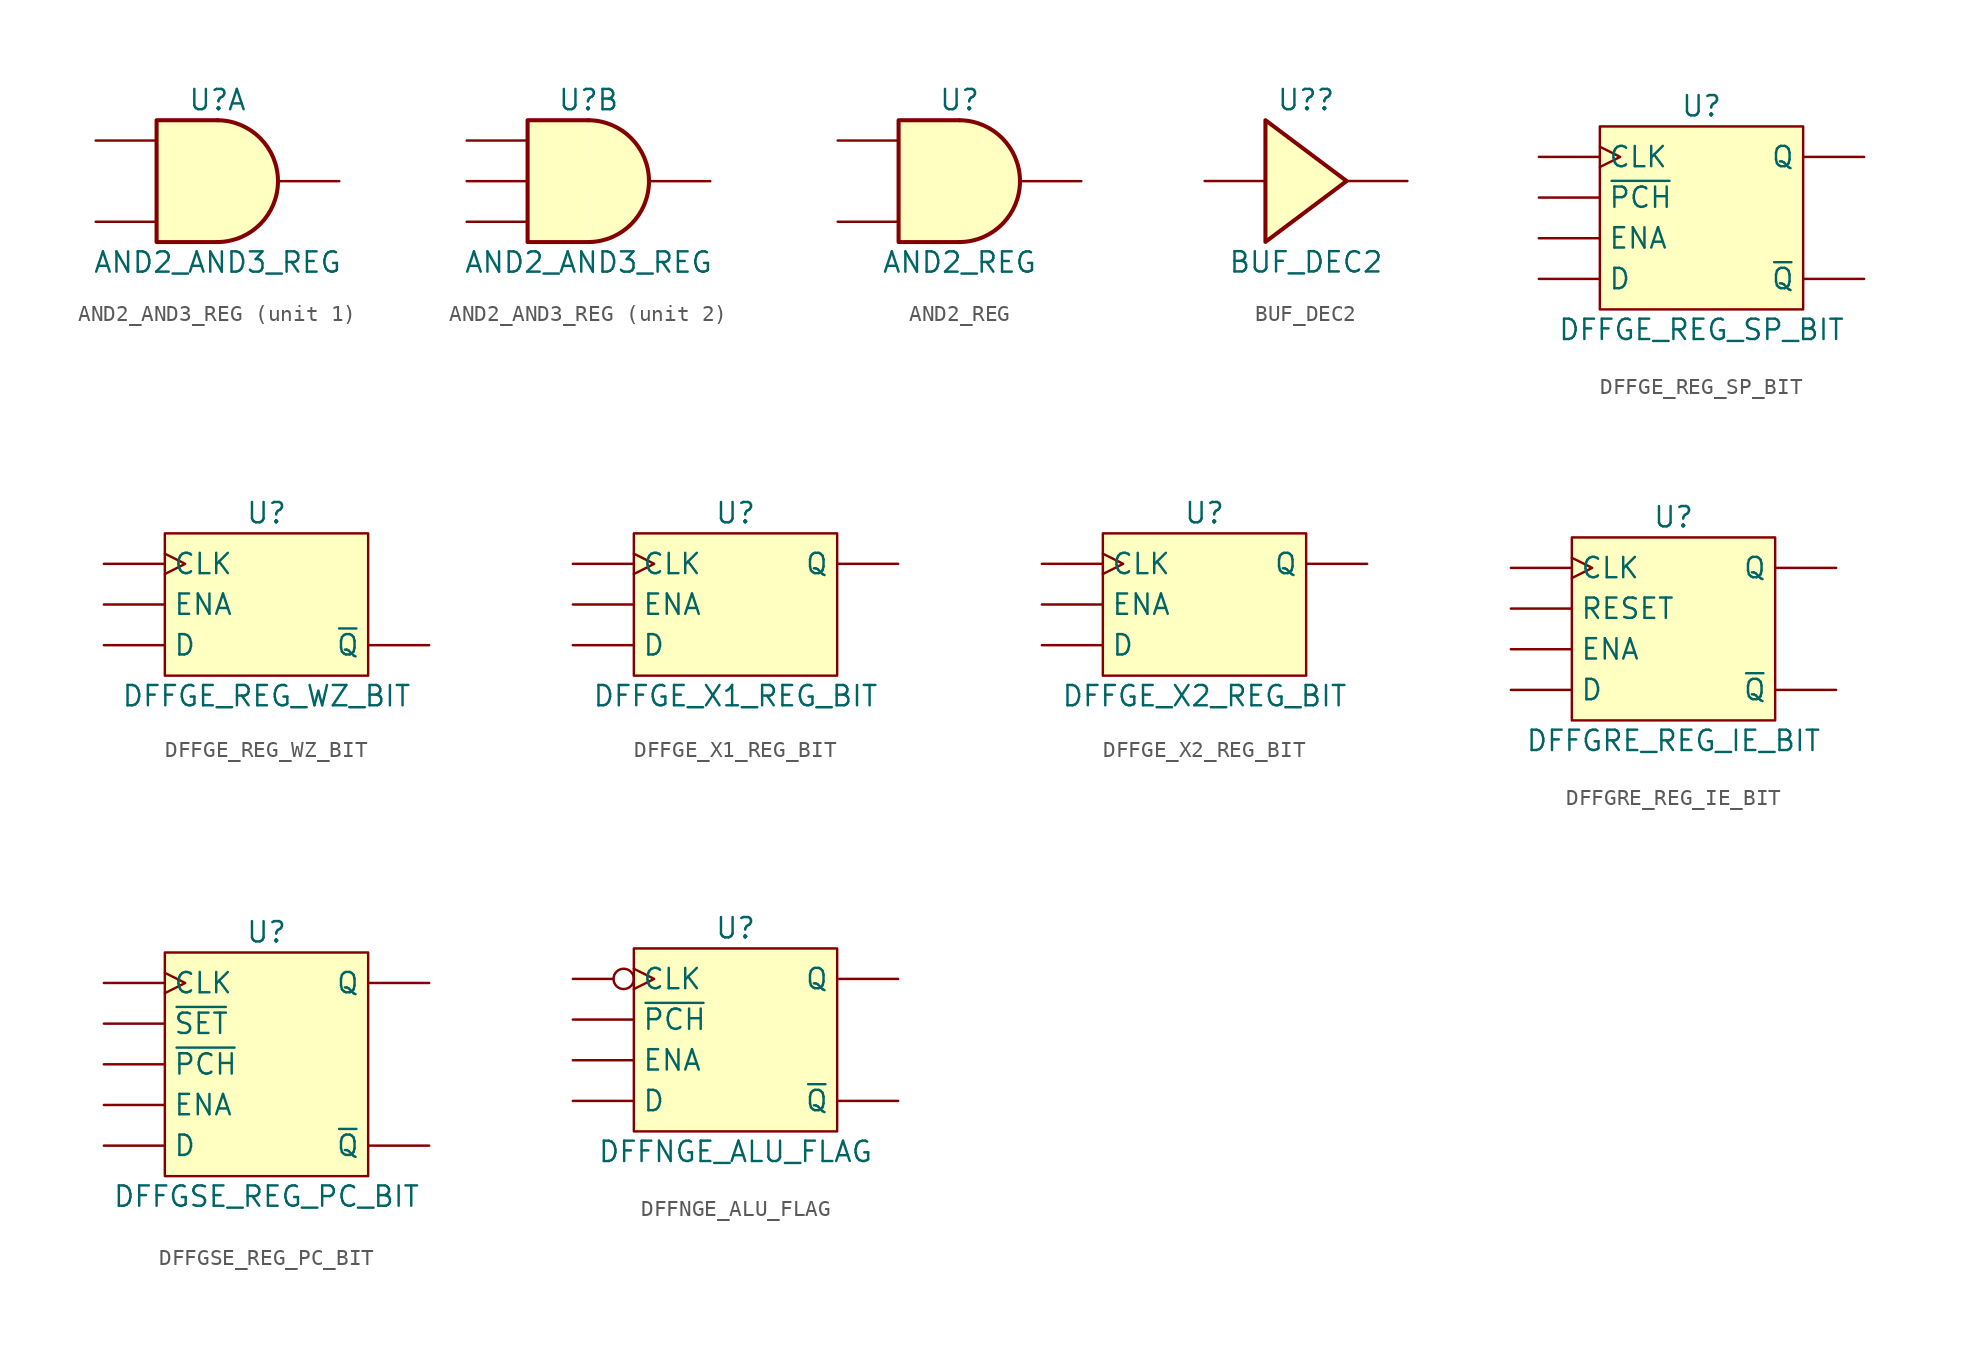
<source format=kicad_sym>
(kicad_symbol_lib
  (version 20231120)
  (generator "kicad_symbol_editor")
  (generator_version "8.0")
  (symbol "AND2_AND3_REG"
    (pin_numbers hide)
    (pin_names hide)
    (property "Reference" "U"
      (at 0 5.08 0)
      (effects (font (size 1.27 1.27))))
    (property "Value" "AND2_AND3_REG"
      (at 0 -5.08 0)
      (effects (font (size 1.27 1.27))))
    (property "ki_locked" ""
      (at 0 0 0)
      (effects (font (size 1.27 1.27))))
    (symbol "AND2_AND3_REG_1_1"
      (arc (start 0 -3.81) (mid 3.7825 0) (end 0 3.81) (stroke (width 0.254) (type default)) (fill (type background)))
      (polyline (pts (xy 0 3.81) (xy -3.81 3.81) (xy -3.81 -3.81) (xy 0 -3.81)) (stroke (width 0.254) (type default)) (fill (type background)))
      (pin input line (at -7.62 -2.54 0) (length 3.81) (name "~" (effects (font (size 1.27 1.27)))) (number "" (effects (font (size 1.27 1.27)))))
      (pin input line (at -7.62 2.54 0) (length 3.81) (name "~" (effects (font (size 1.27 1.27)))) (number "" (effects (font (size 1.27 1.27)))))
      (pin output line (at 7.62 0 180) (length 3.81) (name "~" (effects (font (size 1.27 1.27)))) (number "" (effects (font (size 0 0))))))
    (symbol "AND2_AND3_REG_2_1"
      (arc (start 0 -3.81) (mid 3.7825 0) (end 0 3.81) (stroke (width 0.254) (type default)) (fill (type background)))
      (polyline (pts (xy 0 3.81) (xy -3.81 3.81) (xy -3.81 -3.81) (xy 0 -3.81)) (stroke (width 0.254) (type default)) (fill (type background)))
      (pin output line (at 7.62 0 180) (length 3.81) (name "" (effects (font (size 1.27 1.27)))) (number "" (effects (font (size 0 0)))))
      (pin input line (at -7.62 -2.54 0) (length 3.81) (name "~" (effects (font (size 1.27 1.27)))) (number "" (effects (font (size 1.27 1.27)))))
      (pin input line (at -7.62 0 0) (length 3.81) (name "~" (effects (font (size 1.27 1.27)))) (number "" (effects (font (size 1.27 1.27)))))
      (pin input line (at -7.62 2.54 0) (length 3.81) (name "~" (effects (font (size 1.27 1.27)))) (number "" (effects (font (size 1.27 1.27)))))))
  (symbol "AND2_REG"
    (pin_numbers hide)
    (pin_names hide)
    (property "Reference" "U"
      (at 0 5.08 0)
      (effects (font (size 1.27 1.27))))
    (property "Value" "AND2_REG"
      (at 0 -5.08 0)
      (effects (font (size 1.27 1.27))))
    (symbol "AND2_REG_1_1"
      (arc (start 0 -3.81) (mid 3.7825 0) (end 0 3.81) (stroke (width 0.254) (type default)) (fill (type background)))
      (polyline (pts (xy 0 3.81) (xy -3.81 3.81) (xy -3.81 -3.81) (xy 0 -3.81)) (stroke (width 0.254) (type default)) (fill (type background)))
      (pin input line (at -7.62 2.54 0) (length 3.81) (name "~" (effects (font (size 1.27 1.27)))) (number "1" (effects (font (size 1.27 1.27)))))
      (pin input line (at -7.62 -2.54 0) (length 3.81) (name "~" (effects (font (size 1.27 1.27)))) (number "2" (effects (font (size 1.27 1.27)))))
      (pin output line (at 7.62 0 180) (length 3.81) (name "~" (effects (font (size 1.27 1.27)))) (number "3" (effects (font (size 0 0)))))))
  (symbol "BUF_DEC2"
    (pin_numbers hide)
    (pin_names hide)
    (property "Reference" "U?"
      (at 0 5.08 0)
      (effects (font (size 1.27 1.27))))
    (property "Value" "BUF_DEC2"
      (at 0 -5.08 0)
      (effects (font (size 1.27 1.27))))
    (symbol "BUF_DEC2_1_0"
      (polyline (pts (xy -2.54 3.81) (xy -2.54 -3.81) (xy 2.54 0) (xy -2.54 3.81)) (stroke (width 0.254) (type default)) (fill (type background)))
      (pin input line (at -6.35 0 0) (length 3.81) (name "~" (effects (font (size 1.27 1.27)))) (number "1" (effects (font (size 1.27 1.27)))))
      (pin output line (at 6.35 0 180) (length 3.81) (name "~" (effects (font (size 1.27 1.27)))) (number "2" (effects (font (size 1.27 1.27)))))))
  (symbol "DFFGE_REG_SP_BIT"
    (pin_numbers hide)
    (property "Reference" "U"
      (at 0 6.985 0)
      (effects (font (size 1.27 1.27))))
    (property "Value" "DFFGE_REG_SP_BIT"
      (at 0 -6.985 0)
      (effects (font (size 1.27 1.27))))
    (symbol "DFFGE_REG_SP_BIT_0_1"
      (rectangle (start -6.35 5.715) (end 6.35 -5.715) (stroke (width 0) (type default)) (fill (type background))))
    (symbol "DFFGE_REG_SP_BIT_1_1"
      (pin input clock (at -10.16 3.81 0) (length 3.81) (name "CLK" (effects (font (size 1.27 1.27)))) (number "" (effects (font (size 1.27 1.27)))))
      (pin bidirectional line (at -10.16 -3.81 0) (length 3.81) (name "D" (effects (font (size 1.27 1.27)))) (number "" (effects (font (size 1.27 1.27)))))
      (pin input line (at -10.16 -1.27 0) (length 3.81) (name "ENA" (effects (font (size 1.27 1.27)))) (number "" (effects (font (size 1.27 1.27)))))
      (pin output line (at 10.16 3.81 180) (length 3.81) (name "Q" (effects (font (size 1.27 1.27)))) (number "" (effects (font (size 1.27 1.27)))))
      (pin input clock (at -10.16 3.81 0) (length 3.81) hide (name "~{CLK}" (effects (font (size 1.27 1.27)))) (number "" (effects (font (size 1.27 1.27)))))
      (pin input line (at -10.16 -1.27 0) (length 3.81) hide (name "~{ENA}" (effects (font (size 1.27 1.27)))) (number "" (effects (font (size 1.27 1.27)))))
      (pin input line (at -10.16 1.27 0) (length 3.81) (name "~{PCH}" (effects (font (size 1.27 1.27)))) (number "" (effects (font (size 1.27 1.27)))))
      (pin output line (at 10.16 -3.81 180) (length 3.81) (name "~{Q}" (effects (font (size 1.27 1.27)))) (number "" (effects (font (size 1.27 1.27)))))))
  (symbol "DFFGE_REG_WZ_BIT"
    (pin_numbers hide)
    (property "Reference" "U"
      (at 0 5.715 0)
      (effects (font (size 1.27 1.27))))
    (property "Value" "DFFGE_REG_WZ_BIT"
      (at 0 -5.715 0)
      (effects (font (size 1.27 1.27))))
    (symbol "DFFGE_REG_WZ_BIT_0_1"
      (rectangle (start -6.35 4.445) (end 6.35 -4.445) (stroke (width 0) (type default)) (fill (type background))))
    (symbol "DFFGE_REG_WZ_BIT_1_1"
      (pin input clock (at -10.16 2.54 0) (length 3.81) (name "CLK" (effects (font (size 1.27 1.27)))) (number "" (effects (font (size 1.27 1.27)))))
      (pin input line (at -10.16 -2.54 0) (length 3.81) (name "D" (effects (font (size 1.27 1.27)))) (number "" (effects (font (size 1.27 1.27)))))
      (pin input line (at -10.16 0 0) (length 3.81) (name "ENA" (effects (font (size 1.27 1.27)))) (number "" (effects (font (size 1.27 1.27)))))
      (pin input clock (at -10.16 2.54 0) (length 3.81) hide (name "~{CLK}" (effects (font (size 1.27 1.27)))) (number "" (effects (font (size 1.27 1.27)))))
      (pin input line (at -10.16 0 0) (length 3.81) hide (name "~{ENA}" (effects (font (size 1.27 1.27)))) (number "" (effects (font (size 1.27 1.27)))))
      (pin output line (at 10.16 -2.54 180) (length 3.81) (name "~{Q}" (effects (font (size 1.27 1.27)))) (number "" (effects (font (size 1.27 1.27)))))))
  (symbol "DFFGE_X1_REG_BIT"
    (pin_numbers hide)
    (property "Reference" "U"
      (at 0 5.715 0)
      (effects (font (size 1.27 1.27))))
    (property "Value" "DFFGE_X1_REG_BIT"
      (at 0 -5.715 0)
      (effects (font (size 1.27 1.27))))
    (symbol "DFFGE_X1_REG_BIT_0_1"
      (rectangle (start -6.35 4.445) (end 6.35 -4.445) (stroke (width 0) (type default)) (fill (type background))))
    (symbol "DFFGE_X1_REG_BIT_1_1"
      (pin input clock (at -10.16 2.54 0) (length 3.81) (name "CLK" (effects (font (size 1.27 1.27)))) (number "" (effects (font (size 1.27 1.27)))))
      (pin input line (at -10.16 -2.54 0) (length 3.81) (name "D" (effects (font (size 1.27 1.27)))) (number "" (effects (font (size 1.27 1.27)))))
      (pin input line (at -10.16 0 0) (length 3.81) (name "ENA" (effects (font (size 1.27 1.27)))) (number "" (effects (font (size 1.27 1.27)))))
      (pin output line (at 10.16 2.54 180) (length 3.81) (name "Q" (effects (font (size 1.27 1.27)))) (number "" (effects (font (size 1.27 1.27)))))
      (pin input clock (at -10.16 2.54 0) (length 3.81) hide (name "~{CLK}" (effects (font (size 1.27 1.27)))) (number "" (effects (font (size 1.27 1.27)))))
      (pin input line (at -10.16 0 0) (length 3.81) hide (name "~{ENA}" (effects (font (size 1.27 1.27)))) (number "" (effects (font (size 1.27 1.27)))))))
  (symbol "DFFGE_X2_REG_BIT"
    (pin_numbers hide)
    (property "Reference" "U"
      (at 0 5.715 0)
      (effects (font (size 1.27 1.27))))
    (property "Value" "DFFGE_X2_REG_BIT"
      (at 0 -5.715 0)
      (effects (font (size 1.27 1.27))))
    (symbol "DFFGE_X2_REG_BIT_0_1"
      (rectangle (start -6.35 4.445) (end 6.35 -4.445) (stroke (width 0) (type default)) (fill (type background))))
    (symbol "DFFGE_X2_REG_BIT_1_1"
      (pin input clock (at -10.16 2.54 0) (length 3.81) (name "CLK" (effects (font (size 1.27 1.27)))) (number "" (effects (font (size 1.27 1.27)))))
      (pin input line (at -10.16 -2.54 0) (length 3.81) (name "D" (effects (font (size 1.27 1.27)))) (number "" (effects (font (size 1.27 1.27)))))
      (pin input line (at -10.16 0 0) (length 3.81) (name "ENA" (effects (font (size 1.27 1.27)))) (number "" (effects (font (size 1.27 1.27)))))
      (pin output line (at 10.16 2.54 180) (length 3.81) (name "Q" (effects (font (size 1.27 1.27)))) (number "" (effects (font (size 1.27 1.27)))))
      (pin input clock (at -10.16 2.54 0) (length 3.81) hide (name "~{CLK}" (effects (font (size 1.27 1.27)))) (number "" (effects (font (size 1.27 1.27)))))
      (pin input line (at -10.16 0 0) (length 3.81) hide (name "~{ENA}" (effects (font (size 1.27 1.27)))) (number "" (effects (font (size 1.27 1.27)))))))
  (symbol "DFFGRE_REG_IE_BIT"
    (pin_numbers hide)
    (property "Reference" "U"
      (at 0 6.985 0)
      (effects (font (size 1.27 1.27))))
    (property "Value" "DFFGRE_REG_IE_BIT"
      (at 0 -6.985 0)
      (effects (font (size 1.27 1.27))))
    (symbol "DFFGRE_REG_IE_BIT_0_1"
      (rectangle (start -6.35 5.715) (end 6.35 -5.715) (stroke (width 0) (type default)) (fill (type background))))
    (symbol "DFFGRE_REG_IE_BIT_1_1"
      (pin input clock (at -10.16 3.81 0) (length 3.81) (name "CLK" (effects (font (size 1.27 1.27)))) (number "" (effects (font (size 1.27 1.27)))))
      (pin input line (at -10.16 -3.81 0) (length 3.81) (name "D" (effects (font (size 1.27 1.27)))) (number "" (effects (font (size 1.27 1.27)))))
      (pin input line (at -10.16 -1.27 0) (length 3.81) (name "ENA" (effects (font (size 1.27 1.27)))) (number "" (effects (font (size 1.27 1.27)))))
      (pin output line (at 10.16 3.81 180) (length 3.81) (name "Q" (effects (font (size 1.27 1.27)))) (number "" (effects (font (size 1.27 1.27)))))
      (pin input line (at -10.16 1.27 0) (length 3.81) (name "RESET" (effects (font (size 1.27 1.27)))) (number "" (effects (font (size 1.27 1.27)))))
      (pin input clock (at -10.16 3.81 0) (length 3.81) hide (name "~{CLK}" (effects (font (size 1.27 1.27)))) (number "" (effects (font (size 1.27 1.27)))))
      (pin input line (at -10.16 -1.27 0) (length 3.81) hide (name "~{ENA}" (effects (font (size 1.27 1.27)))) (number "" (effects (font (size 1.27 1.27)))))
      (pin output line (at 10.16 -3.81 180) (length 3.81) (name "~{Q}" (effects (font (size 1.27 1.27)))) (number "" (effects (font (size 1.27 1.27)))))))
  (symbol "DFFGSE_REG_PC_BIT"
    (pin_numbers hide)
    (property "Reference" "U"
      (at 0 8.255 0)
      (effects (font (size 1.27 1.27))))
    (property "Value" "DFFGSE_REG_PC_BIT"
      (at 0 -8.255 0)
      (effects (font (size 1.27 1.27))))
    (symbol "DFFGSE_REG_PC_BIT_0_1"
      (rectangle (start -6.35 6.985) (end 6.35 -6.985) (stroke (width 0) (type default)) (fill (type background))))
    (symbol "DFFGSE_REG_PC_BIT_1_1"
      (pin input clock (at -10.16 5.08 0) (length 3.81) (name "CLK" (effects (font (size 1.27 1.27)))) (number "" (effects (font (size 1.27 1.27)))))
      (pin bidirectional line (at -10.16 -5.08 0) (length 3.81) (name "D" (effects (font (size 1.27 1.27)))) (number "" (effects (font (size 1.27 1.27)))))
      (pin input line (at -10.16 -2.54 0) (length 3.81) (name "ENA" (effects (font (size 1.27 1.27)))) (number "" (effects (font (size 1.27 1.27)))))
      (pin output line (at 10.16 5.08 180) (length 3.81) (name "Q" (effects (font (size 1.27 1.27)))) (number "" (effects (font (size 1.27 1.27)))))
      (pin input clock (at -10.16 5.08 0) (length 3.81) hide (name "~{CLK}" (effects (font (size 1.27 1.27)))) (number "" (effects (font (size 1.27 1.27)))))
      (pin input line (at -10.16 -2.54 0) (length 3.81) hide (name "~{ENA}" (effects (font (size 1.27 1.27)))) (number "" (effects (font (size 1.27 1.27)))))
      (pin input line (at -10.16 0 0) (length 3.81) (name "~{PCH}" (effects (font (size 1.27 1.27)))) (number "" (effects (font (size 1.27 1.27)))))
      (pin output line (at 10.16 -5.08 180) (length 3.81) (name "~{Q}" (effects (font (size 1.27 1.27)))) (number "" (effects (font (size 1.27 1.27)))))
      (pin input line (at -10.16 2.54 0) (length 3.81) (name "~{SET}" (effects (font (size 1.27 1.27)))) (number "" (effects (font (size 1.27 1.27)))))))
  (symbol "DFFNGE_ALU_FLAG"
    (pin_numbers hide)
    (property "Reference" "U"
      (at 0 6.985 0)
      (effects (font (size 1.27 1.27))))
    (property "Value" "DFFNGE_ALU_FLAG"
      (at 0 -6.985 0)
      (effects (font (size 1.27 1.27))))
    (symbol "DFFNGE_ALU_FLAG_0_1"
      (rectangle (start -6.35 5.715) (end 6.35 -5.715) (stroke (width 0) (type default)) (fill (type background))))
    (symbol "DFFNGE_ALU_FLAG_1_1"
      (pin input inverted_clock (at -10.16 3.81 0) (length 3.81) (name "CLK" (effects (font (size 1.27 1.27)))) (number "" (effects (font (size 1.27 1.27)))))
      (pin bidirectional line (at -10.16 -3.81 0) (length 3.81) (name "D" (effects (font (size 1.27 1.27)))) (number "" (effects (font (size 1.27 1.27)))))
      (pin input line (at -10.16 -1.27 0) (length 3.81) (name "ENA" (effects (font (size 1.27 1.27)))) (number "" (effects (font (size 1.27 1.27)))))
      (pin output line (at 10.16 3.81 180) (length 3.81) (name "Q" (effects (font (size 1.27 1.27)))) (number "" (effects (font (size 1.27 1.27)))))
      (pin input line (at -10.16 -1.27 0) (length 3.81) hide (name "~{ENA}" (effects (font (size 1.27 1.27)))) (number "" (effects (font (size 1.27 1.27)))))
      (pin input line (at -10.16 1.27 0) (length 3.81) (name "~{PCH}" (effects (font (size 1.27 1.27)))) (number "" (effects (font (size 1.27 1.27)))))
      (pin output line (at 10.16 -3.81 180) (length 3.81) (name "~{Q}" (effects (font (size 1.27 1.27)))) (number "" (effects (font (size 1.27 1.27))))))))
</source>
